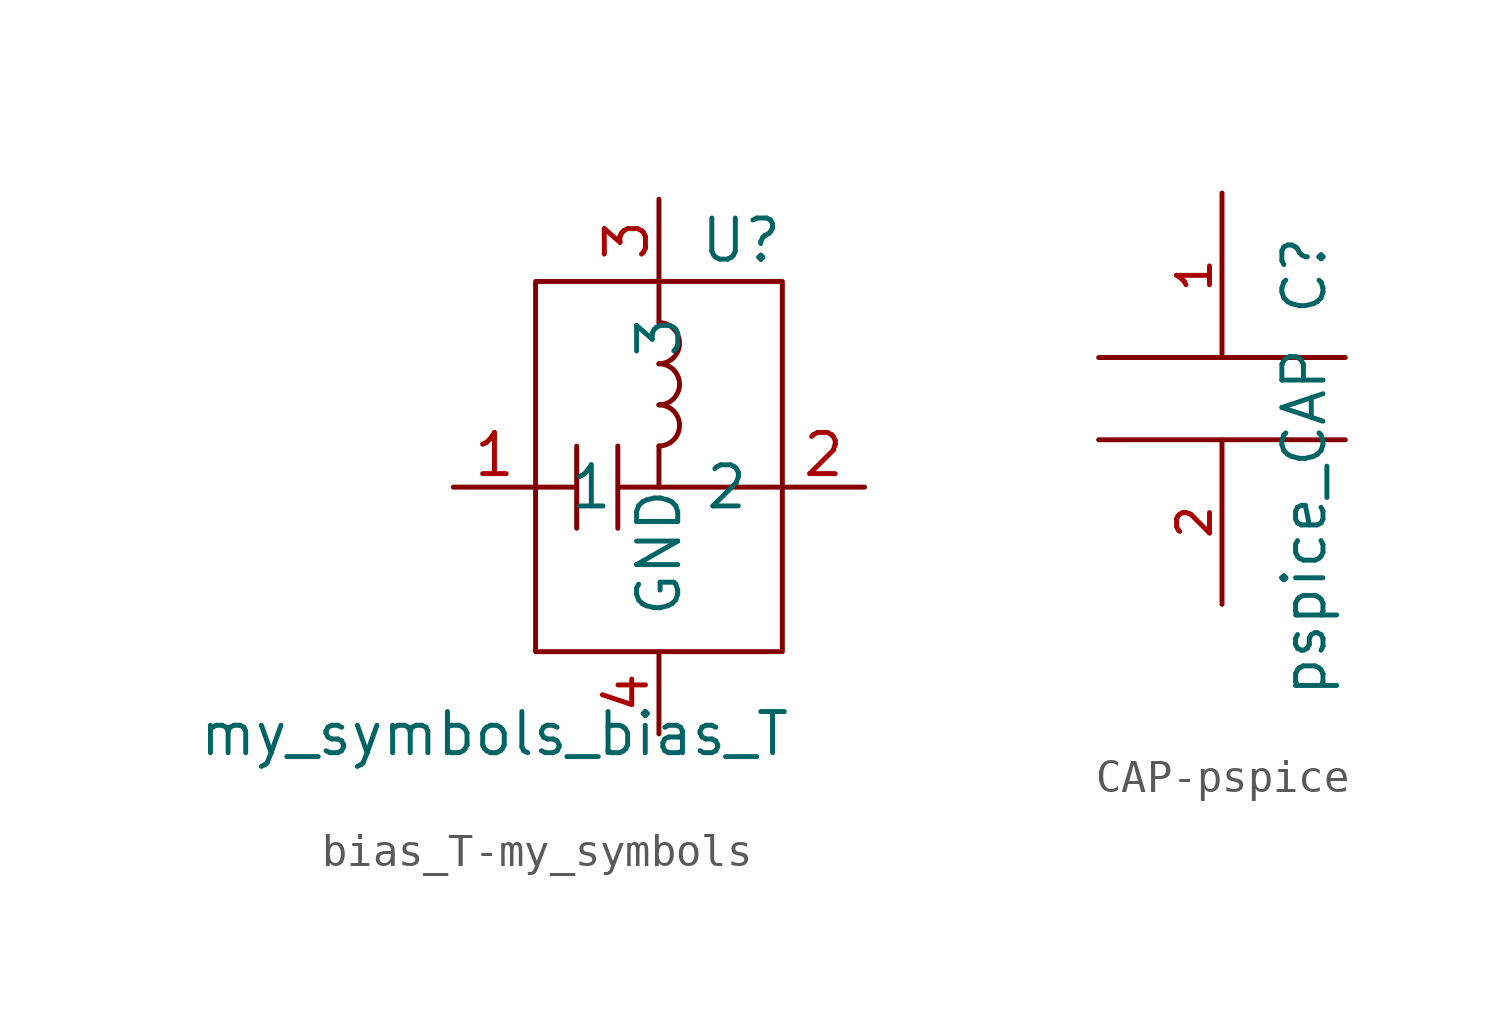
<source format=kicad_sym>
(kicad_symbol_lib
  (version 20220914)
  (generator kicad_symbol_editor)
  (symbol "bias_T-my_symbols"
    (pin_names
      (offset 1.016))
    (property "Reference" "U"
      (at 2.54 5.08 0)
      (effects (font (size 1.27 1.27))))
    (property "Value" "my_symbols_bias_T"
      (at -5.08 -10.16 0)
      (effects (font (size 1.27 1.27))))
    (symbol "bias_T-my_symbols_0_1"
      (rectangle (start -3.81 3.81) (end 3.81 -7.62) (stroke (width 0) (type solid)) (fill (type none)))
      (arc (start 0 -1.27) (mid 0.6323 -0.635) (end 0 0) (stroke (width 0) (type solid)) (fill (type none)))
      (polyline (pts (xy 0 -1.27) (xy 0 -2.54)) (stroke (width 0) (type solid)) (fill (type none)))
      (polyline (pts (xy 0 3.81) (xy 0 2.54)) (stroke (width 0) (type solid)) (fill (type none)))
      (polyline (pts (xy -3.81 -2.54) (xy -2.54 -2.54) (xy -2.54 -1.27) (xy -2.54 -3.81)) (stroke (width 0) (type solid)) (fill (type none)))
      (polyline (pts (xy -1.27 -3.81) (xy -1.27 -1.27) (xy -1.27 -2.54) (xy 3.81 -2.54) (xy 2.54 -2.54)) (stroke (width 0) (type solid)) (fill (type none)))
      (arc (start 0 0) (mid 0.6323 0.635) (end 0 1.27) (stroke (width 0) (type solid)) (fill (type none)))
      (arc (start 0 1.27) (mid 0.6323 1.905) (end 0 2.54) (stroke (width 0) (type solid)) (fill (type none))))
    (symbol "bias_T-my_symbols_1_1"
      (pin input line (at -6.35 -2.54 0) (length 2.54) (name "1" (effects (font (size 1.27 1.27)))) (number "1" (effects (font (size 1.27 1.27)))))
      (pin output line (at 6.35 -2.54 180) (length 2.54) (name "2" (effects (font (size 1.27 1.27)))) (number "2" (effects (font (size 1.27 1.27)))))
      (pin input line (at 0 6.35 270) (length 2.54) (name "3" (effects (font (size 1.27 1.27)))) (number "3" (effects (font (size 1.27 1.27)))))
      (pin input line (at 0 -10.16 90) (length 2.54) (name "GND" (effects (font (size 1.27 1.27)))) (number "4" (effects (font (size 1.27 1.27)))))))
  (symbol "CAP-pspice"
    (pin_names
      (offset 0.254))
    (property "Reference" "C"
      (at 2.54 3.81 90)
      (effects (font (size 1.27 1.27))))
    (property "Value" "pspice_CAP"
      (at 2.54 -3.81 90)
      (effects (font (size 1.27 1.27))))
    (symbol "CAP-pspice_0_1"
      (polyline (pts (xy -3.81 -1.27) (xy 3.81 -1.27)) (stroke (width 0) (type solid)) (fill (type none)))
      (polyline (pts (xy -3.81 1.27) (xy 3.81 1.27)) (stroke (width 0) (type solid)) (fill (type none))))
    (symbol "CAP-pspice_1_1"
      (pin passive line (at 0 6.35 270) (length 5.08) (name "~" (effects (font (size 1.016 1.016)))) (number "1" (effects (font (size 1.016 1.016)))))
      (pin passive line (at 0 -6.35 90) (length 5.08) (name "~" (effects (font (size 1.016 1.016)))) (number "2" (effects (font (size 1.016 1.016))))))))
</source>
